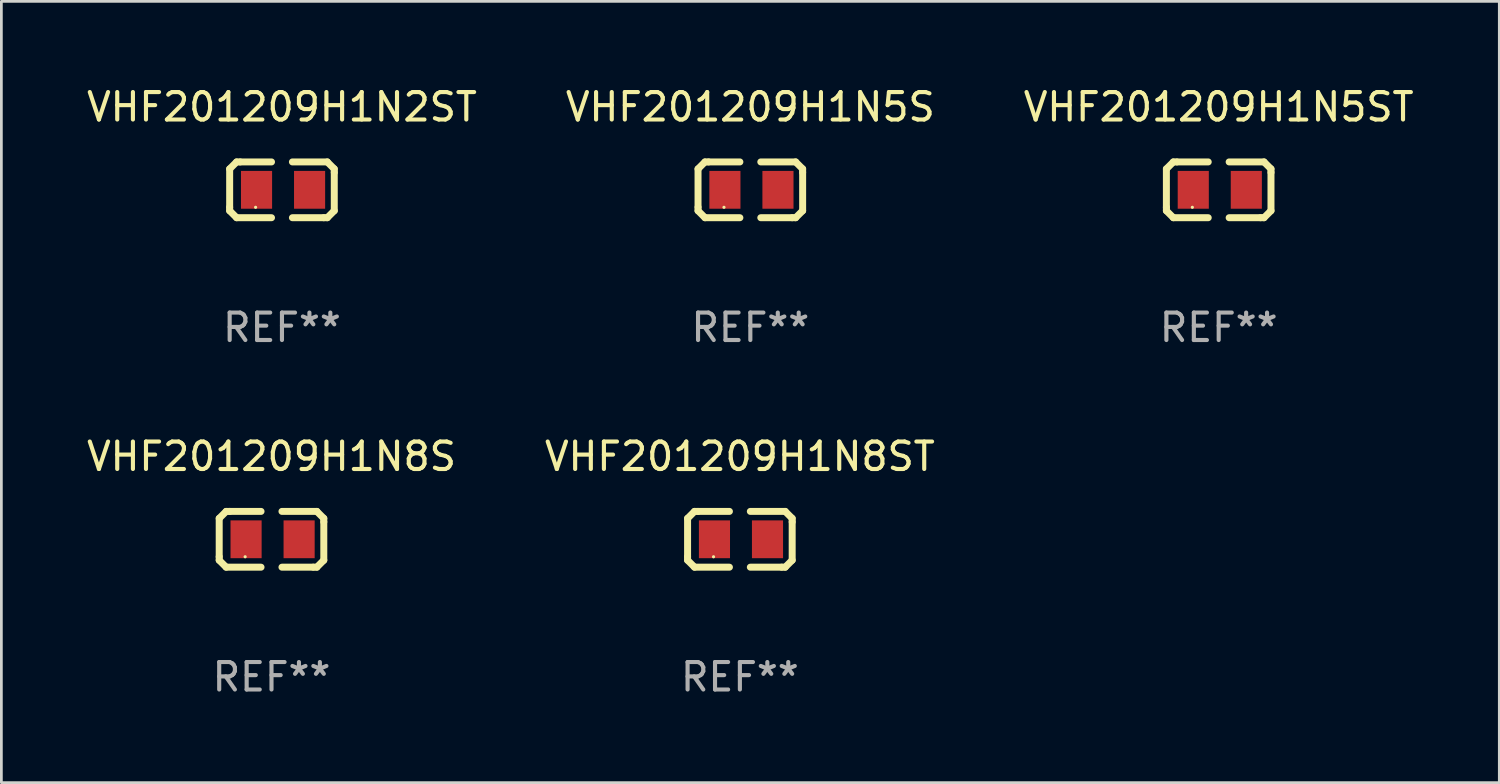
<source format=kicad_pcb>
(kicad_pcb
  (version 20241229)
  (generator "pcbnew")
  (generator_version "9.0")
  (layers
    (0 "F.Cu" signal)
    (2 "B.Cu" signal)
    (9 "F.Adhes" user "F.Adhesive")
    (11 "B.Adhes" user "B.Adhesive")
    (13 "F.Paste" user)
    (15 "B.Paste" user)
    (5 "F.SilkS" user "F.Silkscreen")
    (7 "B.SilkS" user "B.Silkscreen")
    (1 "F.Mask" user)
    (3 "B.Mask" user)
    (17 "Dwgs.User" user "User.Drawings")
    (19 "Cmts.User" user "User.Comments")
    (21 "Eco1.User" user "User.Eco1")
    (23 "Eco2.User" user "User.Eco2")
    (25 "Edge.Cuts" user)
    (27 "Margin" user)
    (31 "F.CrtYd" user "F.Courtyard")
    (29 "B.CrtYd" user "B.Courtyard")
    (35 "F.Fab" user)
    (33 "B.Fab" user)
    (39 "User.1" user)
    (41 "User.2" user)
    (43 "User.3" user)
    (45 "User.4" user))
  (footprint "VHF201209H1N5ST"
    (layer "F.Cu")
    (at 41.339 3.864)
    (property "Reference" "VHF201209H1N5ST" (at 0 -3.016 0) (layer "F.SilkS") (effects (font (size 1 1) (thickness 0.15))))
    (attr through_hole)
    (fp_line (start -1.905 -0.762) (end -1.905 0.635) (stroke (width 0.254) (type solid)) (layer "F.SilkS"))
    (fp_line (start -1.905 0.635) (end -1.905 0.762) (stroke (width 0.254) (type solid)) (layer "F.SilkS"))
    (fp_line (start -1.905 0.762) (end -1.651 1.016) (stroke (width 0.254) (type solid)) (layer "F.SilkS"))
    (fp_line (start -1.651 -1.016) (end -1.905 -0.762) (stroke (width 0.254) (type solid)) (layer "F.SilkS"))
    (fp_line (start -1.651 1.016) (end -0.381 1.016) (stroke (width 0.254) (type solid)) (layer "F.SilkS"))
    (fp_line (start -1.524 -1.016) (end -1.651 -1.016) (stroke (width 0.254) (type solid)) (layer "F.SilkS"))
    (fp_line (start -0.381 -1.016) (end -1.524 -1.016) (stroke (width 0.254) (type solid)) (layer "F.SilkS"))
    (fp_line (start 0.381 1.016) (end 1.524 1.016) (stroke (width 0.254) (type solid)) (layer "F.SilkS"))
    (fp_line (start 1.524 1.016) (end 1.651 1.016) (stroke (width 0.254) (type solid)) (layer "F.SilkS"))
    (fp_line (start 1.651 -1.016) (end 0.381 -1.016) (stroke (width 0.254) (type solid)) (layer "F.SilkS"))
    (fp_line (start 1.651 1.016) (end 1.905 0.762) (stroke (width 0.254) (type solid)) (layer "F.SilkS"))
    (fp_line (start 1.905 -0.762) (end 1.651 -1.016) (stroke (width 0.254) (type solid)) (layer "F.SilkS"))
    (fp_line (start 1.905 -0.635) (end 1.905 -0.762) (stroke (width 0.254) (type solid)) (layer "F.SilkS"))
    (fp_line (start 1.905 0.762) (end 1.905 -0.635) (stroke (width 0.254) (type solid)) (layer "F.SilkS"))
    (fp_circle (center -0.96 0.637) (end -0.93 0.637) (stroke (width 0.06) (type solid)) (fill no) (layer "F.SilkS"))
    (fp_text user "REF**" (at 0 5.016 0) (layer "F.Fab") (effects (font (size 1 1) (thickness 0.15))))
    (pad "1" smd rect (at -0.926 -0.000051) (size 1.133 1.377) (layers "F.Cu" "F.Mask" "F.Paste"))
    (pad "2" smd rect (at 1.006 -0.000051) (size 1.133 1.377) (layers "F.Cu" "F.Mask" "F.Paste")))
  (footprint "VHF201209H1N8ST"
    (layer "F.Cu")
    (at 23.899 16.593)
    (property "Reference" "VHF201209H1N8ST" (at 0 -3.016 0) (layer "F.SilkS") (effects (font (size 1 1) (thickness 0.15))))
    (attr through_hole)
    (fp_line (start -1.905 -0.762) (end -1.905 0.635) (stroke (width 0.254) (type solid)) (layer "F.SilkS"))
    (fp_line (start -1.905 0.635) (end -1.905 0.762) (stroke (width 0.254) (type solid)) (layer "F.SilkS"))
    (fp_line (start -1.905 0.762) (end -1.651 1.016) (stroke (width 0.254) (type solid)) (layer "F.SilkS"))
    (fp_line (start -1.651 -1.016) (end -1.905 -0.762) (stroke (width 0.254) (type solid)) (layer "F.SilkS"))
    (fp_line (start -1.651 1.016) (end -0.381 1.016) (stroke (width 0.254) (type solid)) (layer "F.SilkS"))
    (fp_line (start -1.524 -1.016) (end -1.651 -1.016) (stroke (width 0.254) (type solid)) (layer "F.SilkS"))
    (fp_line (start -0.381 -1.016) (end -1.524 -1.016) (stroke (width 0.254) (type solid)) (layer "F.SilkS"))
    (fp_line (start 0.381 1.016) (end 1.524 1.016) (stroke (width 0.254) (type solid)) (layer "F.SilkS"))
    (fp_line (start 1.524 1.016) (end 1.651 1.016) (stroke (width 0.254) (type solid)) (layer "F.SilkS"))
    (fp_line (start 1.651 -1.016) (end 0.381 -1.016) (stroke (width 0.254) (type solid)) (layer "F.SilkS"))
    (fp_line (start 1.651 1.016) (end 1.905 0.762) (stroke (width 0.254) (type solid)) (layer "F.SilkS"))
    (fp_line (start 1.905 -0.762) (end 1.651 -1.016) (stroke (width 0.254) (type solid)) (layer "F.SilkS"))
    (fp_line (start 1.905 -0.635) (end 1.905 -0.762) (stroke (width 0.254) (type solid)) (layer "F.SilkS"))
    (fp_line (start 1.905 0.762) (end 1.905 -0.635) (stroke (width 0.254) (type solid)) (layer "F.SilkS"))
    (fp_circle (center -0.96 0.637) (end -0.93 0.637) (stroke (width 0.06) (type solid)) (fill no) (layer "F.SilkS"))
    (fp_text user "REF**" (at 0 5.016 0) (layer "F.Fab") (effects (font (size 1 1) (thickness 0.15))))
    (pad "1" smd rect (at -0.926 -0.000051) (size 1.133 1.377) (layers "F.Cu" "F.Mask" "F.Paste"))
    (pad "2" smd rect (at 1.006 -0.000051) (size 1.133 1.377) (layers "F.Cu" "F.Mask" "F.Paste")))
  (footprint "VHF201209H1N8S"
    (layer "F.Cu")
    (at 6.839 16.593)
    (property "Reference" "VHF201209H1N8S" (at 0 -3.016 0) (layer "F.SilkS") (effects (font (size 1 1) (thickness 0.15))))
    (attr through_hole)
    (fp_line (start -1.905 -0.762) (end -1.905 0.635) (stroke (width 0.254) (type solid)) (layer "F.SilkS"))
    (fp_line (start -1.905 0.635) (end -1.905 0.762) (stroke (width 0.254) (type solid)) (layer "F.SilkS"))
    (fp_line (start -1.905 0.762) (end -1.651 1.016) (stroke (width 0.254) (type solid)) (layer "F.SilkS"))
    (fp_line (start -1.651 -1.016) (end -1.905 -0.762) (stroke (width 0.254) (type solid)) (layer "F.SilkS"))
    (fp_line (start -1.651 1.016) (end -0.381 1.016) (stroke (width 0.254) (type solid)) (layer "F.SilkS"))
    (fp_line (start -1.524 -1.016) (end -1.651 -1.016) (stroke (width 0.254) (type solid)) (layer "F.SilkS"))
    (fp_line (start -0.381 -1.016) (end -1.524 -1.016) (stroke (width 0.254) (type solid)) (layer "F.SilkS"))
    (fp_line (start 0.381 1.016) (end 1.524 1.016) (stroke (width 0.254) (type solid)) (layer "F.SilkS"))
    (fp_line (start 1.524 1.016) (end 1.651 1.016) (stroke (width 0.254) (type solid)) (layer "F.SilkS"))
    (fp_line (start 1.651 -1.016) (end 0.381 -1.016) (stroke (width 0.254) (type solid)) (layer "F.SilkS"))
    (fp_line (start 1.651 1.016) (end 1.905 0.762) (stroke (width 0.254) (type solid)) (layer "F.SilkS"))
    (fp_line (start 1.905 -0.762) (end 1.651 -1.016) (stroke (width 0.254) (type solid)) (layer "F.SilkS"))
    (fp_line (start 1.905 -0.635) (end 1.905 -0.762) (stroke (width 0.254) (type solid)) (layer "F.SilkS"))
    (fp_line (start 1.905 0.762) (end 1.905 -0.635) (stroke (width 0.254) (type solid)) (layer "F.SilkS"))
    (fp_circle (center -0.96 0.637) (end -0.93 0.637) (stroke (width 0.06) (type solid)) (fill no) (layer "F.SilkS"))
    (fp_text user "REF**" (at 0 5.016 0) (layer "F.Fab") (effects (font (size 1 1) (thickness 0.15))))
    (pad "1" smd rect (at -0.926 -0.000051) (size 1.133 1.377) (layers "F.Cu" "F.Mask" "F.Paste"))
    (pad "2" smd rect (at 1.006 -0.000051) (size 1.133 1.377) (layers "F.Cu" "F.Mask" "F.Paste")))
  (footprint "VHF201209H1N2ST"
    (layer "F.Cu")
    (at 7.22 3.864)
    (property "Reference" "VHF201209H1N2ST" (at 0 -3.016 0) (layer "F.SilkS") (effects (font (size 1 1) (thickness 0.15))))
    (attr through_hole)
    (fp_line (start -1.905 -0.762) (end -1.905 0.635) (stroke (width 0.254) (type solid)) (layer "F.SilkS"))
    (fp_line (start -1.905 0.635) (end -1.905 0.762) (stroke (width 0.254) (type solid)) (layer "F.SilkS"))
    (fp_line (start -1.905 0.762) (end -1.651 1.016) (stroke (width 0.254) (type solid)) (layer "F.SilkS"))
    (fp_line (start -1.651 -1.016) (end -1.905 -0.762) (stroke (width 0.254) (type solid)) (layer "F.SilkS"))
    (fp_line (start -1.651 1.016) (end -0.381 1.016) (stroke (width 0.254) (type solid)) (layer "F.SilkS"))
    (fp_line (start -1.524 -1.016) (end -1.651 -1.016) (stroke (width 0.254) (type solid)) (layer "F.SilkS"))
    (fp_line (start -0.381 -1.016) (end -1.524 -1.016) (stroke (width 0.254) (type solid)) (layer "F.SilkS"))
    (fp_line (start 0.381 1.016) (end 1.524 1.016) (stroke (width 0.254) (type solid)) (layer "F.SilkS"))
    (fp_line (start 1.524 1.016) (end 1.651 1.016) (stroke (width 0.254) (type solid)) (layer "F.SilkS"))
    (fp_line (start 1.651 -1.016) (end 0.381 -1.016) (stroke (width 0.254) (type solid)) (layer "F.SilkS"))
    (fp_line (start 1.651 1.016) (end 1.905 0.762) (stroke (width 0.254) (type solid)) (layer "F.SilkS"))
    (fp_line (start 1.905 -0.762) (end 1.651 -1.016) (stroke (width 0.254) (type solid)) (layer "F.SilkS"))
    (fp_line (start 1.905 -0.635) (end 1.905 -0.762) (stroke (width 0.254) (type solid)) (layer "F.SilkS"))
    (fp_line (start 1.905 0.762) (end 1.905 -0.635) (stroke (width 0.254) (type solid)) (layer "F.SilkS"))
    (fp_circle (center -0.96 0.637) (end -0.93 0.637) (stroke (width 0.06) (type solid)) (fill no) (layer "F.SilkS"))
    (fp_text user "REF**" (at 0 5.016 0) (layer "F.Fab") (effects (font (size 1 1) (thickness 0.15))))
    (pad "1" smd rect (at -0.926 -0.000051) (size 1.133 1.377) (layers "F.Cu" "F.Mask" "F.Paste"))
    (pad "2" smd rect (at 1.006 -0.000051) (size 1.133 1.377) (layers "F.Cu" "F.Mask" "F.Paste")))
  (footprint "VHF201209H1N5S"
    (layer "F.Cu")
    (at 24.28 3.864)
    (property "Reference" "VHF201209H1N5S" (at 0 -3.016 0) (layer "F.SilkS") (effects (font (size 1 1) (thickness 0.15))))
    (attr through_hole)
    (fp_line (start -1.905 -0.762) (end -1.905 0.635) (stroke (width 0.254) (type solid)) (layer "F.SilkS"))
    (fp_line (start -1.905 0.635) (end -1.905 0.762) (stroke (width 0.254) (type solid)) (layer "F.SilkS"))
    (fp_line (start -1.905 0.762) (end -1.651 1.016) (stroke (width 0.254) (type solid)) (layer "F.SilkS"))
    (fp_line (start -1.651 -1.016) (end -1.905 -0.762) (stroke (width 0.254) (type solid)) (layer "F.SilkS"))
    (fp_line (start -1.651 1.016) (end -0.381 1.016) (stroke (width 0.254) (type solid)) (layer "F.SilkS"))
    (fp_line (start -1.524 -1.016) (end -1.651 -1.016) (stroke (width 0.254) (type solid)) (layer "F.SilkS"))
    (fp_line (start -0.381 -1.016) (end -1.524 -1.016) (stroke (width 0.254) (type solid)) (layer "F.SilkS"))
    (fp_line (start 0.381 1.016) (end 1.524 1.016) (stroke (width 0.254) (type solid)) (layer "F.SilkS"))
    (fp_line (start 1.524 1.016) (end 1.651 1.016) (stroke (width 0.254) (type solid)) (layer "F.SilkS"))
    (fp_line (start 1.651 -1.016) (end 0.381 -1.016) (stroke (width 0.254) (type solid)) (layer "F.SilkS"))
    (fp_line (start 1.651 1.016) (end 1.905 0.762) (stroke (width 0.254) (type solid)) (layer "F.SilkS"))
    (fp_line (start 1.905 -0.762) (end 1.651 -1.016) (stroke (width 0.254) (type solid)) (layer "F.SilkS"))
    (fp_line (start 1.905 -0.635) (end 1.905 -0.762) (stroke (width 0.254) (type solid)) (layer "F.SilkS"))
    (fp_line (start 1.905 0.762) (end 1.905 -0.635) (stroke (width 0.254) (type solid)) (layer "F.SilkS"))
    (fp_circle (center -0.96 0.637) (end -0.93 0.637) (stroke (width 0.06) (type solid)) (fill no) (layer "F.SilkS"))
    (fp_text user "REF**" (at 0 5.016 0) (layer "F.Fab") (effects (font (size 1 1) (thickness 0.15))))
    (pad "1" smd rect (at -0.926 -0.000051) (size 1.133 1.377) (layers "F.Cu" "F.Mask" "F.Paste"))
    (pad "2" smd rect (at 1.006 -0.000051) (size 1.133 1.377) (layers "F.Cu" "F.Mask" "F.Paste")))
  (gr_rect
    (start -3 -3)
    (end 51.56 25.457)
    (stroke (width 0.1) (type default))
    (fill no)
    (layer "Edge.Cuts")))
</source>
